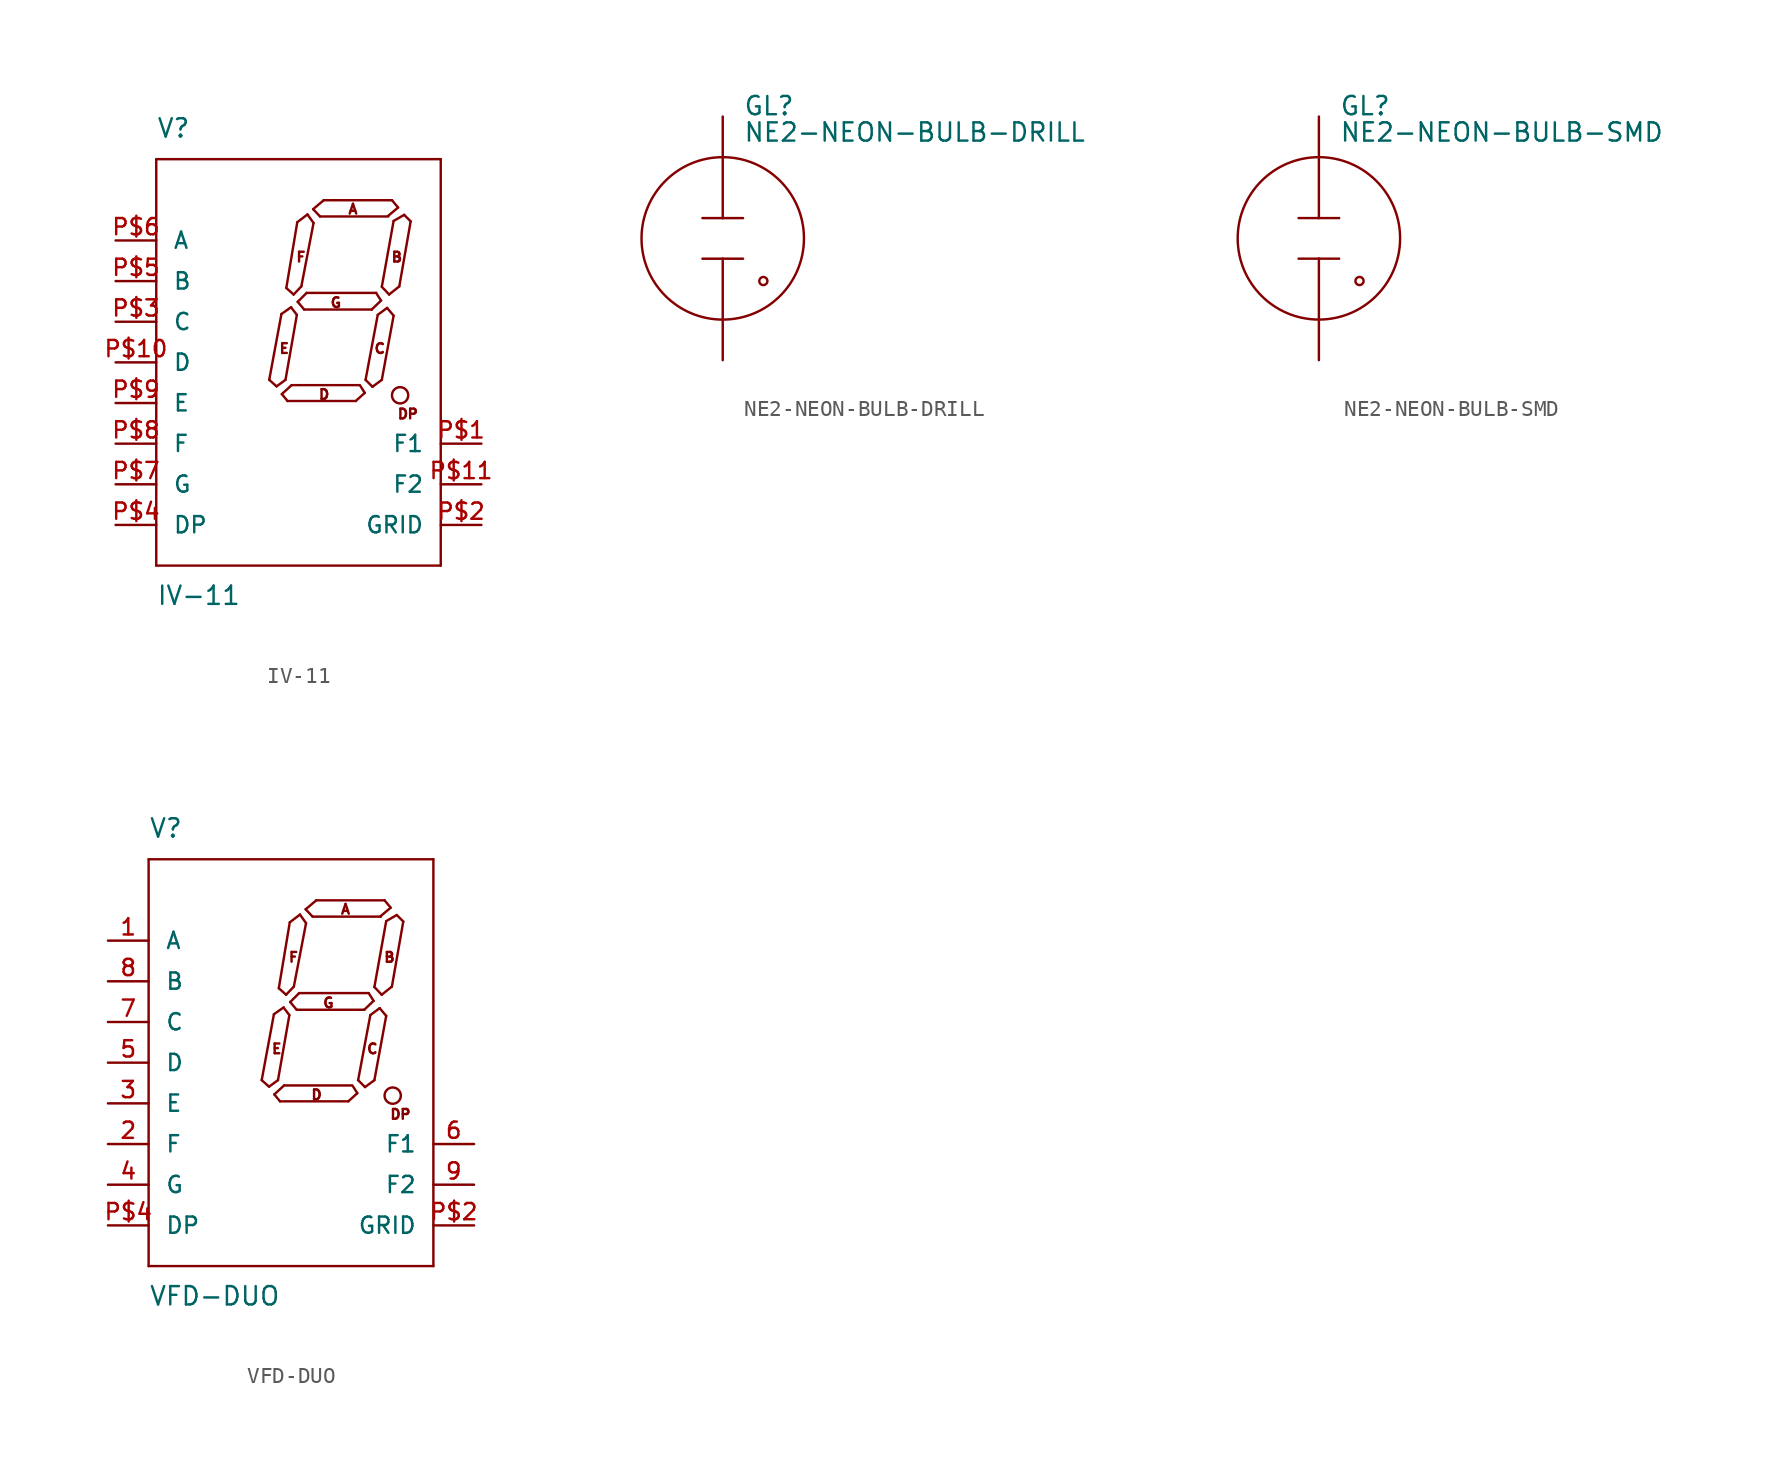
<source format=kicad_sym>
(kicad_symbol_lib
  (version 20241209)
  (generator "kicad_symbol_editor")
  (generator_version "9.0")
  (symbol "IV-11"
    (pin_names
      (offset 1.016))
    (property "Reference" "V"
      (at -10.16 16.51 0)
      (effects (font (size 1.143 1.143)) (justify left bottom)))
    (property "Value" "IV-11"
      (at -10.16 -12.7 0)
      (effects (font (size 1.143 1.143)) (justify left bottom)))
    (property "ki_locked" ""
      (at 0 0 0)
      (effects (font (size 1.27 1.27))))
    (symbol "IV-11_1_0"
      (polyline (pts (xy -10.16 15.24) (xy 7.62 15.24)) (stroke (width 0) (type solid)) (fill (type none)))
      (polyline (pts (xy -10.16 -10.16) (xy -10.16 15.24)) (stroke (width 0) (type solid)) (fill (type none)))
      (polyline (pts (xy -3.099 1.448) (xy -2.337 5.563)) (stroke (width 0) (type solid)) (fill (type none)))
      (polyline (pts (xy -2.642 1.041) (xy -3.099 1.448)) (stroke (width 0) (type solid)) (fill (type none)))
      (polyline (pts (xy -2.337 5.563) (xy -1.727 5.994)) (stroke (width 0) (type solid)) (fill (type none)))
      (polyline (pts (xy -2.311 0.559) (xy -1.702 1.118)) (stroke (width 0) (type solid)) (fill (type none)))
      (polyline (pts (xy -2.083 1.448) (xy -2.642 1.041)) (stroke (width 0) (type solid)) (fill (type none)))
      (polyline (pts (xy -2.032 7.188) (xy -1.346 11.303)) (stroke (width 0) (type solid)) (fill (type none)))
      (polyline (pts (xy -1.956 0.127) (xy -2.311 0.559)) (stroke (width 0) (type solid)) (fill (type none)))
      (polyline (pts (xy -1.727 5.969) (xy -1.372 5.512)) (stroke (width 0) (type solid)) (fill (type none)))
      (polyline (pts (xy -1.702 1.118) (xy 2.515 1.118)) (stroke (width 0) (type solid)) (fill (type none)))
      (polyline (pts (xy -1.575 6.782) (xy -2.032 7.188)) (stroke (width 0) (type solid)) (fill (type none)))
      (polyline (pts (xy -1.372 5.512) (xy -2.083 1.448)) (stroke (width 0) (type solid)) (fill (type none)))
      (polyline (pts (xy -1.346 11.303) (xy -0.711 11.786)) (stroke (width 0) (type solid)) (fill (type none)))
      (polyline (pts (xy -1.321 6.325) (xy -0.762 6.883)) (stroke (width 0) (type solid)) (fill (type none)))
      (polyline (pts (xy -1.092 7.29) (xy -1.575 6.782)) (stroke (width 0) (type solid)) (fill (type none)))
      (polyline (pts (xy -0.914 5.842) (xy -1.321 6.325)) (stroke (width 0) (type solid)) (fill (type none)))
      (polyline (pts (xy -0.762 6.883) (xy 3.581 6.883)) (stroke (width 0) (type solid)) (fill (type none)))
      (polyline (pts (xy -0.711 11.786) (xy -0.33 11.252)) (stroke (width 0) (type solid)) (fill (type none)))
      (polyline (pts (xy -0.356 12.116) (xy 0.305 12.675)) (stroke (width 0) (type solid)) (fill (type none)))
      (polyline (pts (xy -0.33 11.252) (xy -1.092 7.29)) (stroke (width 0) (type solid)) (fill (type none)))
      (polyline (pts (xy 0.076 11.659) (xy -0.356 12.116)) (stroke (width 0) (type solid)) (fill (type none)))
      (polyline (pts (xy 0.305 12.675) (xy 4.572 12.675)) (stroke (width 0) (type solid)) (fill (type none)))
      (polyline (pts (xy 2.311 0.127) (xy -1.956 0.127)) (stroke (width 0) (type solid)) (fill (type none)))
      (polyline (pts (xy 2.565 1.118) (xy 2.87 0.635)) (stroke (width 0) (type solid)) (fill (type none)))
      (polyline (pts (xy 2.87 0.635) (xy 2.311 0.127)) (stroke (width 0) (type solid)) (fill (type none)))
      (polyline (pts (xy 2.921 1.448) (xy 3.683 5.512)) (stroke (width 0) (type solid)) (fill (type none)))
      (polyline (pts (xy 3.302 5.842) (xy -0.914 5.842)) (stroke (width 0) (type solid)) (fill (type none)))
      (polyline (pts (xy 3.302 5.842) (xy 3.302 5.842)) (stroke (width 0) (type solid)) (fill (type none)))
      (polyline (pts (xy 3.353 1.016) (xy 2.921 1.448)) (stroke (width 0) (type solid)) (fill (type none)))
      (polyline (pts (xy 3.581 6.883) (xy 3.886 6.401)) (stroke (width 0) (type solid)) (fill (type none)))
      (polyline (pts (xy 3.683 5.512) (xy 4.267 5.944)) (stroke (width 0) (type solid)) (fill (type none)))
      (polyline (pts (xy 3.886 6.401) (xy 3.302 5.842)) (stroke (width 0) (type solid)) (fill (type none)))
      (polyline (pts (xy 3.937 7.264) (xy 4.674 11.379)) (stroke (width 0) (type solid)) (fill (type none)))
      (polyline (pts (xy 3.937 1.448) (xy 3.353 1.016)) (stroke (width 0) (type solid)) (fill (type none)))
      (polyline (pts (xy 4.267 5.944) (xy 4.674 5.461)) (stroke (width 0) (type solid)) (fill (type none)))
      (polyline (pts (xy 4.343 11.659) (xy 0.076 11.659)) (stroke (width 0) (type solid)) (fill (type none)))
      (polyline (pts (xy 4.394 6.782) (xy 3.937 7.264)) (stroke (width 0) (type solid)) (fill (type none)))
      (polyline (pts (xy 4.572 12.675) (xy 4.953 12.217)) (stroke (width 0) (type solid)) (fill (type none)))
      (polyline (pts (xy 4.674 11.379) (xy 5.334 11.76)) (stroke (width 0) (type solid)) (fill (type none)))
      (polyline (pts (xy 4.674 5.461) (xy 3.937 1.448)) (stroke (width 0) (type solid)) (fill (type none)))
      (polyline (pts (xy 4.953 12.217) (xy 4.318 11.684)) (stroke (width 0) (type solid)) (fill (type none)))
      (polyline (pts (xy 5.029 7.29) (xy 4.394 6.782)) (stroke (width 0) (type solid)) (fill (type none)))
      (polyline (pts (xy 5.334 11.76) (xy 5.74 11.354)) (stroke (width 0) (type solid)) (fill (type none)))
      (polyline (pts (xy 5.74 11.354) (xy 5.029 7.29)) (stroke (width 0) (type solid)) (fill (type none)))
      (polyline (pts (xy 7.62 15.24) (xy 7.62 -10.16)) (stroke (width 0) (type solid)) (fill (type none)))
      (polyline (pts (xy 7.62 -10.16) (xy -10.16 -10.16)) (stroke (width 0) (type solid)) (fill (type none)))
      (text "E" (at -2.159 3.404 0) (effects (font (size 0.61 0.61))))
      (text "F" (at -1.118 9.119 0) (effects (font (size 0.61 0.61))))
      (text "D" (at 0.33 0.533 0) (effects (font (size 0.61 0.61))))
      (text "G" (at 1.067 6.274 0) (effects (font (size 0.61 0.61))))
      (text "A" (at 2.134 12.116 0) (effects (font (size 0.61 0.61))))
      (text "C" (at 3.81 3.404 0) (effects (font (size 0.61 0.61))))
      (text "B" (at 4.877 9.119 0) (effects (font (size 0.61 0.61))))
      (text "DP" (at 5.563 -0.686 0) (effects (font (size 0.61 0.61)))))
    (symbol "IV-11_1_1"
      (circle (center 5.08 0.483) (radius 0.508) (stroke (width 0) (type solid)) (fill (type none)))
      (pin passive line (at -12.7 10.16 0) (length 2.54) (name "A" (effects (font (size 1.016 1.016)))) (number "P$6" (effects (font (size 1.016 1.016)))))
      (pin passive line (at -12.7 7.62 0) (length 2.54) (name "B" (effects (font (size 1.016 1.016)))) (number "P$5" (effects (font (size 1.016 1.016)))))
      (pin passive line (at -12.7 5.08 0) (length 2.54) (name "C" (effects (font (size 1.016 1.016)))) (number "P$3" (effects (font (size 1.016 1.016)))))
      (pin passive line (at -12.7 2.54 0) (length 2.54) (name "D" (effects (font (size 1.016 1.016)))) (number "P$10" (effects (font (size 1.016 1.016)))))
      (pin passive line (at -12.7 0 0) (length 2.54) (name "E" (effects (font (size 1.016 1.016)))) (number "P$9" (effects (font (size 1.016 1.016)))))
      (pin passive line (at -12.7 -2.54 0) (length 2.54) (name "F" (effects (font (size 1.016 1.016)))) (number "P$8" (effects (font (size 1.016 1.016)))))
      (pin passive line (at -12.7 -5.08 0) (length 2.54) (name "G" (effects (font (size 1.016 1.016)))) (number "P$7" (effects (font (size 1.016 1.016)))))
      (pin passive line (at -12.7 -7.62 0) (length 2.54) (name "DP" (effects (font (size 1.016 1.016)))) (number "P$4" (effects (font (size 1.016 1.016)))))
      (pin passive line (at 10.16 -2.54 180) (length 2.54) (name "F1" (effects (font (size 1.016 1.016)))) (number "P$1" (effects (font (size 1.016 1.016)))))
      (pin passive line (at 10.16 -5.08 180) (length 2.54) (name "F2" (effects (font (size 1.016 1.016)))) (number "P$11" (effects (font (size 1.016 1.016)))))
      (pin passive line (at 10.16 -7.62 180) (length 2.54) (name "GRID" (effects (font (size 1.016 1.016)))) (number "P$2" (effects (font (size 1.016 1.016)))))))
  (symbol "NE2-NEON-BULB-DRILL"
    (pin_numbers
      (hide yes))
    (pin_names
      (offset 1.016)
      (hide yes))
    (property "Reference" "GL"
      (at 1.27 7.62 0)
      (effects (font (size 1.143 1.143)) (justify left bottom)))
    (property "Value" "NE2-NEON-BULB-DRILL"
      (at 1.27 5.969 0)
      (effects (font (size 1.143 1.143)) (justify left bottom)))
    (property "ki_locked" ""
      (at 0 0 0)
      (effects (font (size 1.27 1.27))))
    (symbol "NE2-NEON-BULB-DRILL_1_0"
      (polyline (pts (xy -1.27 1.27) (xy 0 1.27)) (stroke (width 0) (type solid)) (fill (type none)))
      (polyline (pts (xy -1.27 -1.27) (xy 0 -1.27)) (stroke (width 0) (type solid)) (fill (type none)))
      (polyline (pts (xy 0 5.08) (xy 0 1.27)) (stroke (width 0) (type solid)) (fill (type none)))
      (polyline (pts (xy 0 1.27) (xy 1.27 1.27)) (stroke (width 0) (type solid)) (fill (type none)))
      (polyline (pts (xy 0 -1.27) (xy 0 -5.08)) (stroke (width 0) (type solid)) (fill (type none)))
      (polyline (pts (xy 0 -1.27) (xy 1.27 -1.27)) (stroke (width 0) (type solid)) (fill (type none))))
    (symbol "NE2-NEON-BULB-DRILL_1_1"
      (circle (center 0 0) (radius 5.08) (stroke (width 0) (type solid)) (fill (type none)))
      (circle (center 2.54 -2.667) (radius 0.254) (stroke (width 0) (type solid)) (fill (type none)))
      (pin passive line (at 0 7.62 270) (length 2.54) (name "A" (effects (font (size 1.016 1.016)))) (number "1" (effects (font (size 1.016 1.016)))))
      (pin passive line (at 0 -7.62 90) (length 2.54) (name "A1" (effects (font (size 1.016 1.016)))) (number "2" (effects (font (size 1.016 1.016)))))))
  (symbol "NE2-NEON-BULB-SMD"
    (pin_numbers
      (hide yes))
    (pin_names
      (offset 1.016)
      (hide yes))
    (property "Reference" "GL"
      (at 1.27 7.62 0)
      (effects (font (size 1.143 1.143)) (justify left bottom)))
    (property "Value" "NE2-NEON-BULB-SMD"
      (at 1.27 5.969 0)
      (effects (font (size 1.143 1.143)) (justify left bottom)))
    (property "ki_locked" ""
      (at 0 0 0)
      (effects (font (size 1.27 1.27))))
    (symbol "NE2-NEON-BULB-SMD_1_0"
      (polyline (pts (xy -1.27 1.27) (xy 0 1.27)) (stroke (width 0) (type solid)) (fill (type none)))
      (polyline (pts (xy -1.27 -1.27) (xy 0 -1.27)) (stroke (width 0) (type solid)) (fill (type none)))
      (polyline (pts (xy 0 5.08) (xy 0 1.27)) (stroke (width 0) (type solid)) (fill (type none)))
      (polyline (pts (xy 0 1.27) (xy 1.27 1.27)) (stroke (width 0) (type solid)) (fill (type none)))
      (polyline (pts (xy 0 -1.27) (xy 0 -5.08)) (stroke (width 0) (type solid)) (fill (type none)))
      (polyline (pts (xy 0 -1.27) (xy 1.27 -1.27)) (stroke (width 0) (type solid)) (fill (type none))))
    (symbol "NE2-NEON-BULB-SMD_1_1"
      (circle (center 0 0) (radius 5.08) (stroke (width 0) (type solid)) (fill (type none)))
      (circle (center 2.54 -2.667) (radius 0.254) (stroke (width 0) (type solid)) (fill (type none)))
      (pin passive line (at 0 7.62 270) (length 2.54) (name "A" (effects (font (size 1.016 1.016)))) (number "1" (effects (font (size 1.016 1.016)))))
      (pin passive line (at 0 -7.62 90) (length 2.54) (name "A1" (effects (font (size 1.016 1.016)))) (number "2" (effects (font (size 1.016 1.016)))))))
  (symbol "VFD-DUO"
    (pin_names
      (offset 1.016))
    (property "Reference" "V"
      (at -10.16 16.51 0)
      (effects (font (size 1.143 1.143)) (justify left bottom)))
    (property "Value" "VFD-DUO"
      (at -10.16 -12.7 0)
      (effects (font (size 1.143 1.143)) (justify left bottom)))
    (property "ki_locked" ""
      (at 0 0 0)
      (effects (font (size 1.27 1.27))))
    (symbol "VFD-DUO_1_0"
      (polyline (pts (xy -10.16 15.24) (xy 7.62 15.24)) (stroke (width 0) (type solid)) (fill (type none)))
      (polyline (pts (xy -10.16 -10.16) (xy -10.16 15.24)) (stroke (width 0) (type solid)) (fill (type none)))
      (polyline (pts (xy -3.099 1.448) (xy -2.337 5.563)) (stroke (width 0) (type solid)) (fill (type none)))
      (polyline (pts (xy -2.642 1.041) (xy -3.099 1.448)) (stroke (width 0) (type solid)) (fill (type none)))
      (polyline (pts (xy -2.337 5.563) (xy -1.727 5.994)) (stroke (width 0) (type solid)) (fill (type none)))
      (polyline (pts (xy -2.311 0.559) (xy -1.702 1.118)) (stroke (width 0) (type solid)) (fill (type none)))
      (polyline (pts (xy -2.083 1.448) (xy -2.642 1.041)) (stroke (width 0) (type solid)) (fill (type none)))
      (polyline (pts (xy -2.032 7.188) (xy -1.346 11.303)) (stroke (width 0) (type solid)) (fill (type none)))
      (polyline (pts (xy -1.956 0.127) (xy -2.311 0.559)) (stroke (width 0) (type solid)) (fill (type none)))
      (polyline (pts (xy -1.727 5.969) (xy -1.372 5.512)) (stroke (width 0) (type solid)) (fill (type none)))
      (polyline (pts (xy -1.702 1.118) (xy 2.515 1.118)) (stroke (width 0) (type solid)) (fill (type none)))
      (polyline (pts (xy -1.575 6.782) (xy -2.032 7.188)) (stroke (width 0) (type solid)) (fill (type none)))
      (polyline (pts (xy -1.372 5.512) (xy -2.083 1.448)) (stroke (width 0) (type solid)) (fill (type none)))
      (polyline (pts (xy -1.346 11.303) (xy -0.711 11.786)) (stroke (width 0) (type solid)) (fill (type none)))
      (polyline (pts (xy -1.321 6.325) (xy -0.762 6.883)) (stroke (width 0) (type solid)) (fill (type none)))
      (polyline (pts (xy -1.092 7.29) (xy -1.575 6.782)) (stroke (width 0) (type solid)) (fill (type none)))
      (polyline (pts (xy -0.914 5.842) (xy -1.321 6.325)) (stroke (width 0) (type solid)) (fill (type none)))
      (polyline (pts (xy -0.762 6.883) (xy 3.581 6.883)) (stroke (width 0) (type solid)) (fill (type none)))
      (polyline (pts (xy -0.711 11.786) (xy -0.33 11.252)) (stroke (width 0) (type solid)) (fill (type none)))
      (polyline (pts (xy -0.356 12.116) (xy 0.305 12.675)) (stroke (width 0) (type solid)) (fill (type none)))
      (polyline (pts (xy -0.33 11.252) (xy -1.092 7.29)) (stroke (width 0) (type solid)) (fill (type none)))
      (polyline (pts (xy 0.076 11.659) (xy -0.356 12.116)) (stroke (width 0) (type solid)) (fill (type none)))
      (polyline (pts (xy 0.305 12.675) (xy 4.572 12.675)) (stroke (width 0) (type solid)) (fill (type none)))
      (polyline (pts (xy 2.311 0.127) (xy -1.956 0.127)) (stroke (width 0) (type solid)) (fill (type none)))
      (polyline (pts (xy 2.565 1.118) (xy 2.87 0.635)) (stroke (width 0) (type solid)) (fill (type none)))
      (polyline (pts (xy 2.87 0.635) (xy 2.311 0.127)) (stroke (width 0) (type solid)) (fill (type none)))
      (polyline (pts (xy 2.921 1.448) (xy 3.683 5.512)) (stroke (width 0) (type solid)) (fill (type none)))
      (polyline (pts (xy 3.302 5.842) (xy -0.914 5.842)) (stroke (width 0) (type solid)) (fill (type none)))
      (polyline (pts (xy 3.302 5.842) (xy 3.302 5.842)) (stroke (width 0) (type solid)) (fill (type none)))
      (polyline (pts (xy 3.353 1.016) (xy 2.921 1.448)) (stroke (width 0) (type solid)) (fill (type none)))
      (polyline (pts (xy 3.581 6.883) (xy 3.886 6.401)) (stroke (width 0) (type solid)) (fill (type none)))
      (polyline (pts (xy 3.683 5.512) (xy 4.267 5.944)) (stroke (width 0) (type solid)) (fill (type none)))
      (polyline (pts (xy 3.886 6.401) (xy 3.302 5.842)) (stroke (width 0) (type solid)) (fill (type none)))
      (polyline (pts (xy 3.937 7.264) (xy 4.674 11.379)) (stroke (width 0) (type solid)) (fill (type none)))
      (polyline (pts (xy 3.937 1.448) (xy 3.353 1.016)) (stroke (width 0) (type solid)) (fill (type none)))
      (polyline (pts (xy 4.267 5.944) (xy 4.674 5.461)) (stroke (width 0) (type solid)) (fill (type none)))
      (polyline (pts (xy 4.343 11.659) (xy 0.076 11.659)) (stroke (width 0) (type solid)) (fill (type none)))
      (polyline (pts (xy 4.394 6.782) (xy 3.937 7.264)) (stroke (width 0) (type solid)) (fill (type none)))
      (polyline (pts (xy 4.572 12.675) (xy 4.953 12.217)) (stroke (width 0) (type solid)) (fill (type none)))
      (polyline (pts (xy 4.674 11.379) (xy 5.334 11.76)) (stroke (width 0) (type solid)) (fill (type none)))
      (polyline (pts (xy 4.674 5.461) (xy 3.937 1.448)) (stroke (width 0) (type solid)) (fill (type none)))
      (polyline (pts (xy 4.953 12.217) (xy 4.318 11.684)) (stroke (width 0) (type solid)) (fill (type none)))
      (polyline (pts (xy 5.029 7.29) (xy 4.394 6.782)) (stroke (width 0) (type solid)) (fill (type none)))
      (polyline (pts (xy 5.334 11.76) (xy 5.74 11.354)) (stroke (width 0) (type solid)) (fill (type none)))
      (polyline (pts (xy 5.74 11.354) (xy 5.029 7.29)) (stroke (width 0) (type solid)) (fill (type none)))
      (polyline (pts (xy 7.62 15.24) (xy 7.62 -10.16)) (stroke (width 0) (type solid)) (fill (type none)))
      (polyline (pts (xy 7.62 -10.16) (xy -10.16 -10.16)) (stroke (width 0) (type solid)) (fill (type none)))
      (text "E" (at -2.159 3.404 0) (effects (font (size 0.61 0.61))))
      (text "F" (at -1.118 9.119 0) (effects (font (size 0.61 0.61))))
      (text "D" (at 0.33 0.533 0) (effects (font (size 0.61 0.61))))
      (text "G" (at 1.067 6.274 0) (effects (font (size 0.61 0.61))))
      (text "A" (at 2.134 12.116 0) (effects (font (size 0.61 0.61))))
      (text "C" (at 3.81 3.404 0) (effects (font (size 0.61 0.61))))
      (text "B" (at 4.877 9.119 0) (effects (font (size 0.61 0.61))))
      (text "DP" (at 5.563 -0.686 0) (effects (font (size 0.61 0.61)))))
    (symbol "VFD-DUO_1_1"
      (circle (center 5.08 0.483) (radius 0.508) (stroke (width 0) (type solid)) (fill (type none)))
      (pin passive line (at -12.7 10.16 0) (length 2.54) (name "A" (effects (font (size 1.016 1.016)))) (number "1" (effects (font (size 1.016 1.016)))))
      (pin passive line (at -12.7 10.16 0) (length 2.54) (hide yes) (name "A" (effects (font (size 1.016 1.016)))) (number "P$6" (effects (font (size 1.016 1.016)))))
      (pin passive line (at -12.7 7.62 0) (length 2.54) (name "B" (effects (font (size 1.016 1.016)))) (number "8" (effects (font (size 1.016 1.016)))))
      (pin passive line (at -12.7 7.62 0) (length 2.54) (hide yes) (name "B" (effects (font (size 1.016 1.016)))) (number "P$5" (effects (font (size 1.016 1.016)))))
      (pin passive line (at -12.7 5.08 0) (length 2.54) (name "C" (effects (font (size 1.016 1.016)))) (number "7" (effects (font (size 1.016 1.016)))))
      (pin passive line (at -12.7 5.08 0) (length 2.54) (hide yes) (name "C" (effects (font (size 1.016 1.016)))) (number "P$3" (effects (font (size 1.016 1.016)))))
      (pin passive line (at -12.7 2.54 0) (length 2.54) (name "D" (effects (font (size 1.016 1.016)))) (number "5" (effects (font (size 1.016 1.016)))))
      (pin passive line (at -12.7 2.54 0) (length 2.54) (hide yes) (name "D" (effects (font (size 1.016 1.016)))) (number "P$10" (effects (font (size 1.016 1.016)))))
      (pin passive line (at -12.7 0 0) (length 2.54) (name "E" (effects (font (size 1.016 1.016)))) (number "3" (effects (font (size 1.016 1.016)))))
      (pin passive line (at -12.7 0 0) (length 2.54) (hide yes) (name "E" (effects (font (size 1.016 1.016)))) (number "P$9" (effects (font (size 1.016 1.016)))))
      (pin passive line (at -12.7 -2.54 0) (length 2.54) (name "F" (effects (font (size 1.016 1.016)))) (number "2" (effects (font (size 1.016 1.016)))))
      (pin passive line (at -12.7 -2.54 0) (length 2.54) (hide yes) (name "F" (effects (font (size 1.016 1.016)))) (number "P$8" (effects (font (size 1.016 1.016)))))
      (pin passive line (at -12.7 -5.08 0) (length 2.54) (name "G" (effects (font (size 1.016 1.016)))) (number "4" (effects (font (size 1.016 1.016)))))
      (pin passive line (at -12.7 -5.08 0) (length 2.54) (hide yes) (name "G" (effects (font (size 1.016 1.016)))) (number "P$7" (effects (font (size 1.016 1.016)))))
      (pin passive line (at -12.7 -7.62 0) (length 2.54) (name "DP" (effects (font (size 1.016 1.016)))) (number "P$4" (effects (font (size 1.016 1.016)))))
      (pin passive line (at 10.16 -2.54 180) (length 2.54) (name "F1" (effects (font (size 1.016 1.016)))) (number "6" (effects (font (size 1.016 1.016)))))
      (pin passive line (at 10.16 -2.54 180) (length 2.54) (hide yes) (name "F1" (effects (font (size 1.016 1.016)))) (number "P$11" (effects (font (size 1.016 1.016)))))
      (pin passive line (at 10.16 -5.08 180) (length 2.54) (name "F2" (effects (font (size 1.016 1.016)))) (number "9" (effects (font (size 1.016 1.016)))))
      (pin passive line (at 10.16 -5.08 180) (length 2.54) (hide yes) (name "F2" (effects (font (size 1.016 1.016)))) (number "P$1" (effects (font (size 1.016 1.016)))))
      (pin passive line (at 10.16 -7.62 180) (length 2.54) (name "GRID" (effects (font (size 1.016 1.016)))) (number "P$2" (effects (font (size 1.016 1.016))))))))
</source>
